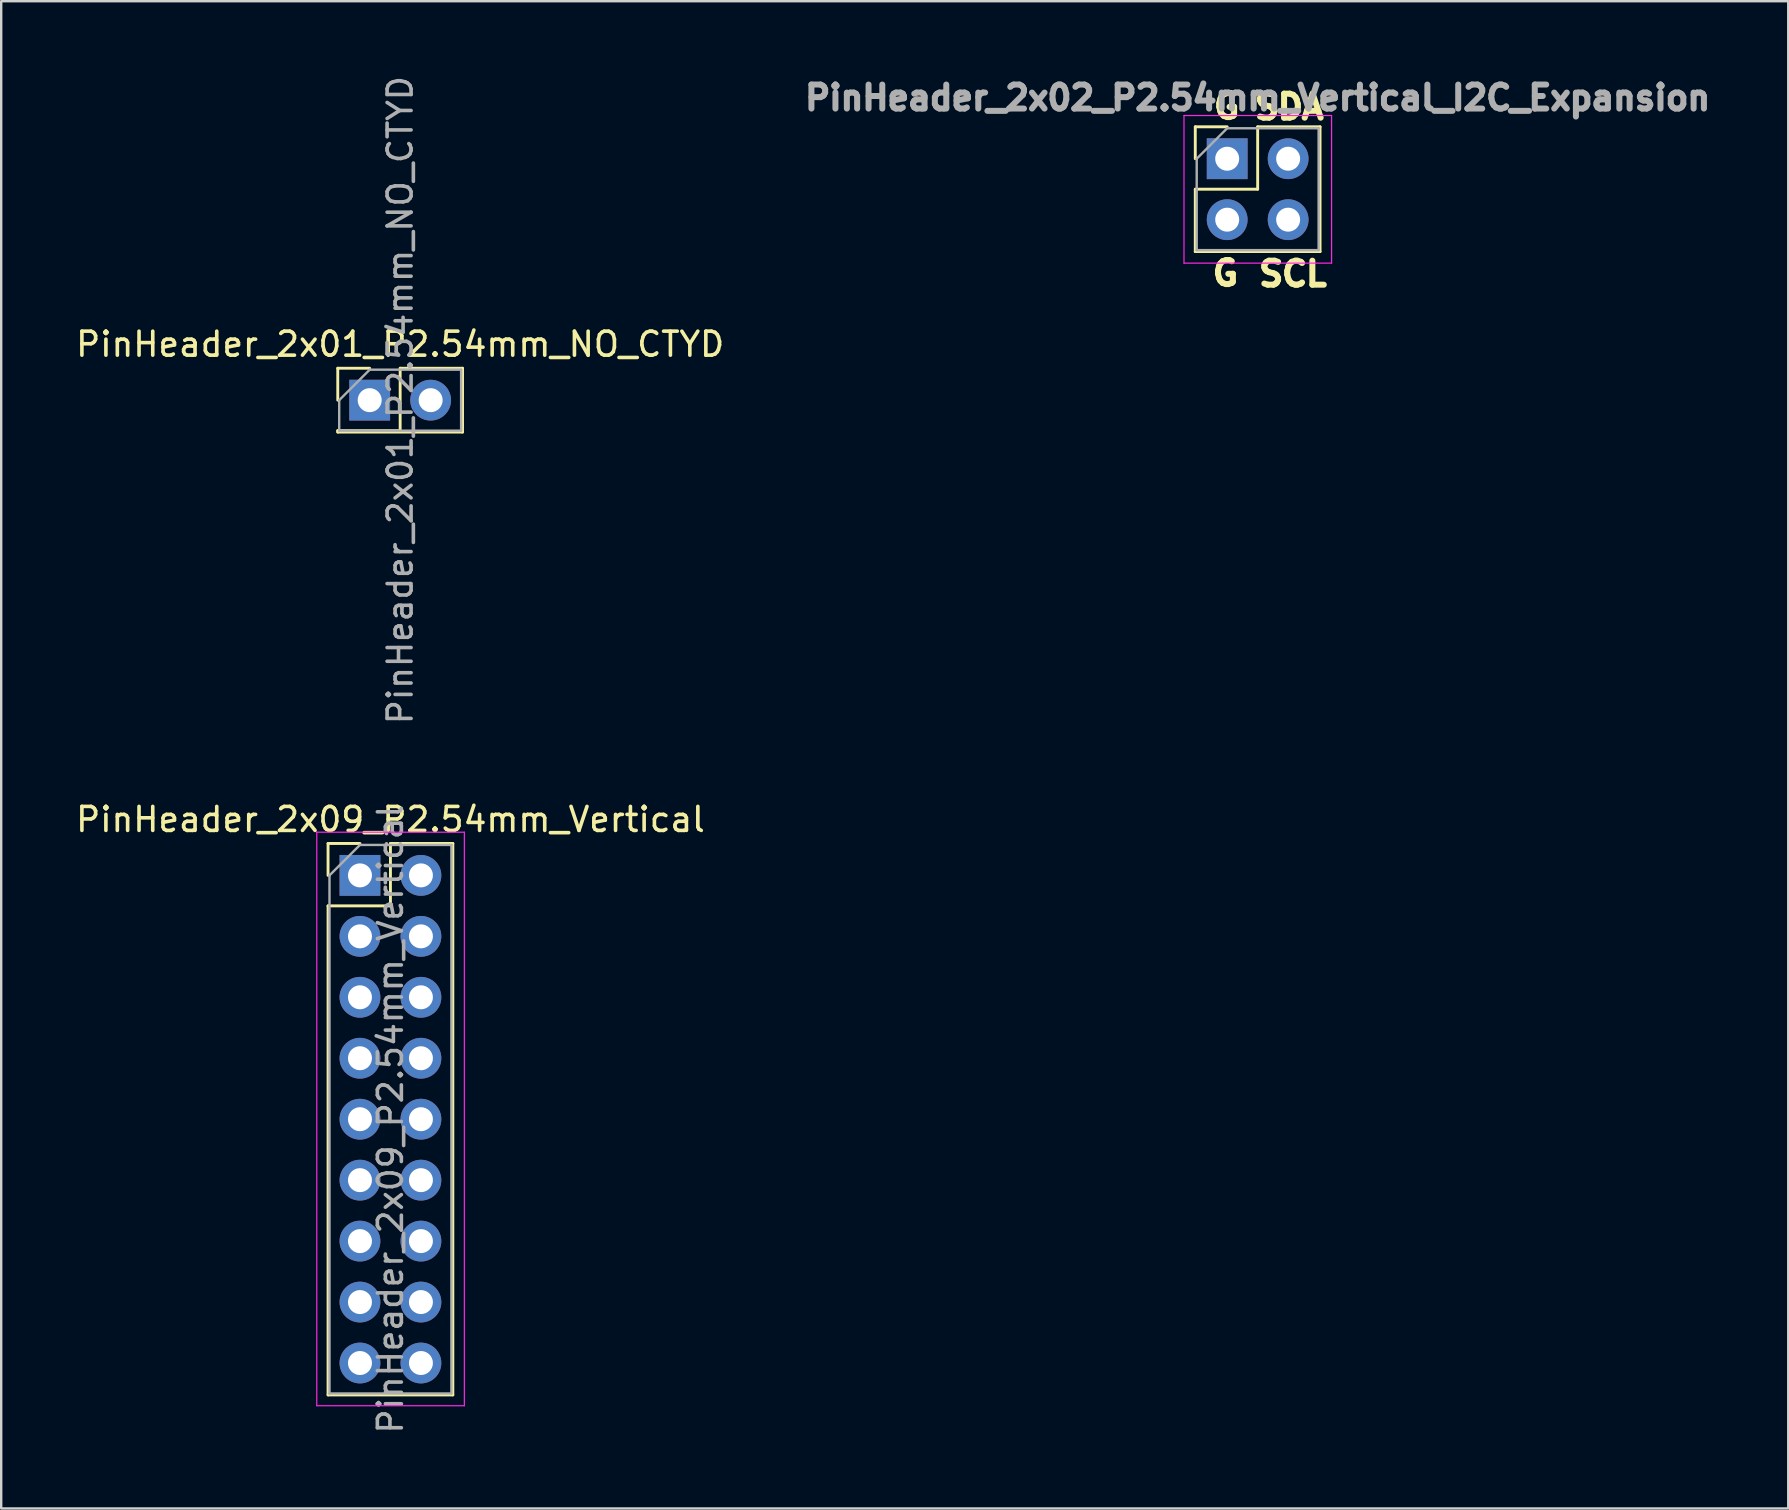
<source format=kicad_pcb>
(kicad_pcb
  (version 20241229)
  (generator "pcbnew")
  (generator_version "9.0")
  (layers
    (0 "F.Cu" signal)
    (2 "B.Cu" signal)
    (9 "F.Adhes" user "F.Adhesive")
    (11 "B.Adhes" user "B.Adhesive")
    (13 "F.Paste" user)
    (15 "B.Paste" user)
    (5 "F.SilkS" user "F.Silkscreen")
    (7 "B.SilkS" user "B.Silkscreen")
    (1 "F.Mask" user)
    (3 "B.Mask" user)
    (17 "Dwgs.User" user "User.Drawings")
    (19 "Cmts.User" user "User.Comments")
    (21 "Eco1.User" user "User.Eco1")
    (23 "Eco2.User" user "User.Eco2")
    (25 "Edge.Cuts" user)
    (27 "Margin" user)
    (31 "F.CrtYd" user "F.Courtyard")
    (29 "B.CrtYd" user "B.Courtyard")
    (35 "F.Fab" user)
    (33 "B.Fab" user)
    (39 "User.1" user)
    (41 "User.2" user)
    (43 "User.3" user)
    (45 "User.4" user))
  (footprint "PinHeader_2x09_P2.54mm_Vertical"
    (layer "F.Cu")
    (at 11.95 33.428)
    (property "Reference" "PinHeader_2x09_P2.54mm_Vertical" (at 1.27 -2.33 0) (layer "F.SilkS") (effects (font (size 1 1) (thickness 0.15))))
    (attr through_hole)
    (fp_line (start -1.33 -1.33) (end 0 -1.33) (stroke (width 0.12) (type solid)) (layer "F.SilkS"))
    (fp_line (start -1.33 0) (end -1.33 -1.33) (stroke (width 0.12) (type solid)) (layer "F.SilkS"))
    (fp_line (start -1.33 1.27) (end -1.33 21.65) (stroke (width 0.12) (type solid)) (layer "F.SilkS"))
    (fp_line (start -1.33 1.27) (end 1.27 1.27) (stroke (width 0.12) (type solid)) (layer "F.SilkS"))
    (fp_line (start -1.33 21.65) (end 3.87 21.65) (stroke (width 0.12) (type solid)) (layer "F.SilkS"))
    (fp_line (start 1.27 -1.33) (end 3.87 -1.33) (stroke (width 0.12) (type solid)) (layer "F.SilkS"))
    (fp_line (start 1.27 1.27) (end 1.27 -1.33) (stroke (width 0.12) (type solid)) (layer "F.SilkS"))
    (fp_line (start 3.87 -1.33) (end 3.87 21.65) (stroke (width 0.12) (type solid)) (layer "F.SilkS"))
    (fp_line (start -1.8 -1.8) (end -1.8 22.1) (stroke (width 0.05) (type solid)) (layer "F.CrtYd"))
    (fp_line (start -1.8 22.1) (end 4.35 22.1) (stroke (width 0.05) (type solid)) (layer "F.CrtYd"))
    (fp_line (start 4.35 -1.8) (end -1.8 -1.8) (stroke (width 0.05) (type solid)) (layer "F.CrtYd"))
    (fp_line (start 4.35 22.1) (end 4.35 -1.8) (stroke (width 0.05) (type solid)) (layer "F.CrtYd"))
    (fp_line (start -1.27 0) (end 0 -1.27) (stroke (width 0.1) (type solid)) (layer "F.Fab"))
    (fp_line (start -1.27 21.59) (end -1.27 0) (stroke (width 0.1) (type solid)) (layer "F.Fab"))
    (fp_line (start 0 -1.27) (end 3.81 -1.27) (stroke (width 0.1) (type solid)) (layer "F.Fab"))
    (fp_line (start 3.81 -1.27) (end 3.81 21.59) (stroke (width 0.1) (type solid)) (layer "F.Fab"))
    (fp_line (start 3.81 21.59) (end -1.27 21.59) (stroke (width 0.1) (type solid)) (layer "F.Fab"))
    (fp_text user "${REFERENCE}" (at 1.27 10.16 90) (layer "F.Fab") (effects (font (size 1 1) (thickness 0.15))))
    (pad "1" thru_hole rect (at 0 0) (size 1.7 1.7) (drill 1) (layers "*.Cu" "*.Mask"))
    (pad "2" thru_hole oval (at 2.54 0) (size 1.7 1.7) (drill 1) (layers "*.Cu" "*.Mask"))
    (pad "3" thru_hole oval (at 0 2.54) (size 1.7 1.7) (drill 1) (layers "*.Cu" "*.Mask"))
    (pad "4" thru_hole oval (at 2.54 2.54) (size 1.7 1.7) (drill 1) (layers "*.Cu" "*.Mask"))
    (pad "5" thru_hole oval (at 0 5.08) (size 1.7 1.7) (drill 1) (layers "*.Cu" "*.Mask"))
    (pad "6" thru_hole oval (at 2.54 5.08) (size 1.7 1.7) (drill 1) (layers "*.Cu" "*.Mask"))
    (pad "7" thru_hole oval (at 0 7.62) (size 1.7 1.7) (drill 1) (layers "*.Cu" "*.Mask"))
    (pad "8" thru_hole oval (at 2.54 7.62) (size 1.7 1.7) (drill 1) (layers "*.Cu" "*.Mask"))
    (pad "9" thru_hole oval (at 0 10.16) (size 1.7 1.7) (drill 1) (layers "*.Cu" "*.Mask"))
    (pad "10" thru_hole oval (at 2.54 10.16) (size 1.7 1.7) (drill 1) (layers "*.Cu" "*.Mask"))
    (pad "11" thru_hole oval (at 0 12.7) (size 1.7 1.7) (drill 1) (layers "*.Cu" "*.Mask"))
    (pad "12" thru_hole oval (at 2.54 12.7) (size 1.7 1.7) (drill 1) (layers "*.Cu" "*.Mask"))
    (pad "13" thru_hole oval (at 0 15.24) (size 1.7 1.7) (drill 1) (layers "*.Cu" "*.Mask"))
    (pad "14" thru_hole oval (at 2.54 15.24) (size 1.7 1.7) (drill 1) (layers "*.Cu" "*.Mask"))
    (pad "15" thru_hole oval (at 0 17.78) (size 1.7 1.7) (drill 1) (layers "*.Cu" "*.Mask"))
    (pad "16" thru_hole oval (at 2.54 17.78) (size 1.7 1.7) (drill 1) (layers "*.Cu" "*.Mask"))
    (pad "17" thru_hole oval (at 0 20.32) (size 1.7 1.7) (drill 1) (layers "*.Cu" "*.Mask"))
    (pad "18" thru_hole oval (at 2.54 20.32) (size 1.7 1.7) (drill 1) (layers "*.Cu" "*.Mask")))
  (footprint "PinHeader_2x02_P2.54mm_Vertical_I2C_Expansion"
    (layer "F.Cu")
    (at 48.088 3.564)
    (property "Reference" "PinHeader_2x02_P2.54mm_Vertical_I2C_Expansion" (at 1.27 -2.54 0) (layer "F.Fab") (effects (font (size 1 1) (thickness 0.25) (bold yes))))
    (attr through_hole)
    (fp_line (start -1.33 -1.33) (end 0 -1.33) (stroke (width 0.12) (type solid)) (layer "F.SilkS"))
    (fp_line (start -1.33 0) (end -1.33 -1.33) (stroke (width 0.12) (type solid)) (layer "F.SilkS"))
    (fp_line (start -1.33 1.27) (end -1.33 3.87) (stroke (width 0.12) (type solid)) (layer "F.SilkS"))
    (fp_line (start -1.33 1.27) (end 1.27 1.27) (stroke (width 0.12) (type solid)) (layer "F.SilkS"))
    (fp_line (start -1.33 3.87) (end 3.87 3.87) (stroke (width 0.12) (type solid)) (layer "F.SilkS"))
    (fp_line (start 1.27 -1.33) (end 3.87 -1.33) (stroke (width 0.12) (type solid)) (layer "F.SilkS"))
    (fp_line (start 1.27 1.27) (end 1.27 -1.33) (stroke (width 0.12) (type solid)) (layer "F.SilkS"))
    (fp_line (start 3.87 -1.33) (end 3.87 3.87) (stroke (width 0.12) (type solid)) (layer "F.SilkS"))
    (fp_line (start -1.8 -1.8) (end -1.8 4.35) (stroke (width 0.05) (type solid)) (layer "F.CrtYd"))
    (fp_line (start -1.8 4.35) (end 4.35 4.35) (stroke (width 0.05) (type solid)) (layer "F.CrtYd"))
    (fp_line (start 4.35 -1.8) (end -1.8 -1.8) (stroke (width 0.05) (type solid)) (layer "F.CrtYd"))
    (fp_line (start 4.35 4.35) (end 4.35 -1.8) (stroke (width 0.05) (type solid)) (layer "F.CrtYd"))
    (fp_line (start -1.27 0) (end 0 -1.27) (stroke (width 0.1) (type solid)) (layer "F.Fab"))
    (fp_line (start -1.27 3.81) (end -1.27 0) (stroke (width 0.1) (type solid)) (layer "F.Fab"))
    (fp_line (start 0 -1.27) (end 3.81 -1.27) (stroke (width 0.1) (type solid)) (layer "F.Fab"))
    (fp_line (start 3.81 -1.27) (end 3.81 3.81) (stroke (width 0.1) (type solid)) (layer "F.Fab"))
    (fp_line (start 3.81 3.81) (end -1.27 3.81) (stroke (width 0.1) (type solid)) (layer "F.Fab"))
    (fp_text user "G" (at -0.737 5.359 0) (unlocked yes) (layer "F.SilkS") (effects (font (size 1 1) (thickness 0.25) (bold yes)) (justify left bottom)))
    (fp_text user "SCL" (at 1.194 5.385 0) (unlocked yes) (layer "F.SilkS") (effects (font (size 1 1) (thickness 0.25) (bold yes)) (justify left bottom)))
    (fp_text user "G" (at -0.686 -1.6 0) (unlocked yes) (layer "F.SilkS") (effects (font (size 1 1) (thickness 0.25) (bold yes)) (justify left bottom)))
    (fp_text user "SDA" (at 1.016 -1.575 0) (unlocked yes) (layer "F.SilkS") (effects (font (size 1 1) (thickness 0.25) (bold yes)) (justify left bottom)))
    (pad "1" thru_hole rect (at 0 0) (size 1.7 1.7) (drill 1) (layers "*.Cu" "*.Mask"))
    (pad "2" thru_hole oval (at 2.54 0) (size 1.7 1.7) (drill 1) (layers "*.Cu" "*.Mask"))
    (pad "3" thru_hole oval (at 0 2.54) (size 1.7 1.7) (drill 1) (layers "*.Cu" "*.Mask"))
    (pad "4" thru_hole oval (at 2.54 2.54) (size 1.7 1.7) (drill 1) (layers "*.Cu" "*.Mask")))
  (footprint "PinHeader_2x01_P2.54mm_NO_CTYD"
    (layer "F.Cu")
    (at 12.355 13.625)
    (property "Reference" "PinHeader_2x01_P2.54mm_NO_CTYD" (at 1.27 -2.33 0) (layer "F.SilkS") (effects (font (size 1 1) (thickness 0.15))))
    (attr through_hole)
    (fp_line (start -1.33 -1.33) (end 0 -1.33) (stroke (width 0.12) (type solid)) (layer "F.SilkS"))
    (fp_line (start -1.33 0) (end -1.33 -1.33) (stroke (width 0.12) (type solid)) (layer "F.SilkS"))
    (fp_line (start -1.33 1.27) (end -1.33 1.33) (stroke (width 0.12) (type solid)) (layer "F.SilkS"))
    (fp_line (start -1.33 1.27) (end 1.27 1.27) (stroke (width 0.12) (type solid)) (layer "F.SilkS"))
    (fp_line (start -1.33 1.33) (end 3.87 1.33) (stroke (width 0.12) (type solid)) (layer "F.SilkS"))
    (fp_line (start 1.27 -1.33) (end 3.87 -1.33) (stroke (width 0.12) (type solid)) (layer "F.SilkS"))
    (fp_line (start 1.27 1.27) (end 1.27 -1.33) (stroke (width 0.12) (type solid)) (layer "F.SilkS"))
    (fp_line (start 3.87 -1.33) (end 3.87 1.33) (stroke (width 0.12) (type solid)) (layer "F.SilkS"))
    (fp_line (start -1.27 0) (end 0 -1.27) (stroke (width 0.1) (type solid)) (layer "F.Fab"))
    (fp_line (start -1.27 1.27) (end -1.27 0) (stroke (width 0.1) (type solid)) (layer "F.Fab"))
    (fp_line (start 0 -1.27) (end 3.81 -1.27) (stroke (width 0.1) (type solid)) (layer "F.Fab"))
    (fp_line (start 3.81 -1.27) (end 3.81 1.27) (stroke (width 0.1) (type solid)) (layer "F.Fab"))
    (fp_line (start 3.81 1.27) (end -1.27 1.27) (stroke (width 0.1) (type solid)) (layer "F.Fab"))
    (fp_text user "${REFERENCE}" (at 1.27 0 90) (layer "F.Fab") (effects (font (size 1 1) (thickness 0.15))))
    (pad "1" thru_hole rect (at 0 0) (size 1.7 1.7) (drill 1) (layers "*.Cu" "*.Mask"))
    (pad "2" thru_hole oval (at 2.54 0) (size 1.7 1.7) (drill 1) (layers "*.Cu" "*.Mask")))
  (gr_rect
    (start -3 -3)
    (end 71.467 59.808)
    (stroke (width 0.1) (type default))
    (fill no)
    (layer "Edge.Cuts")))
</source>
